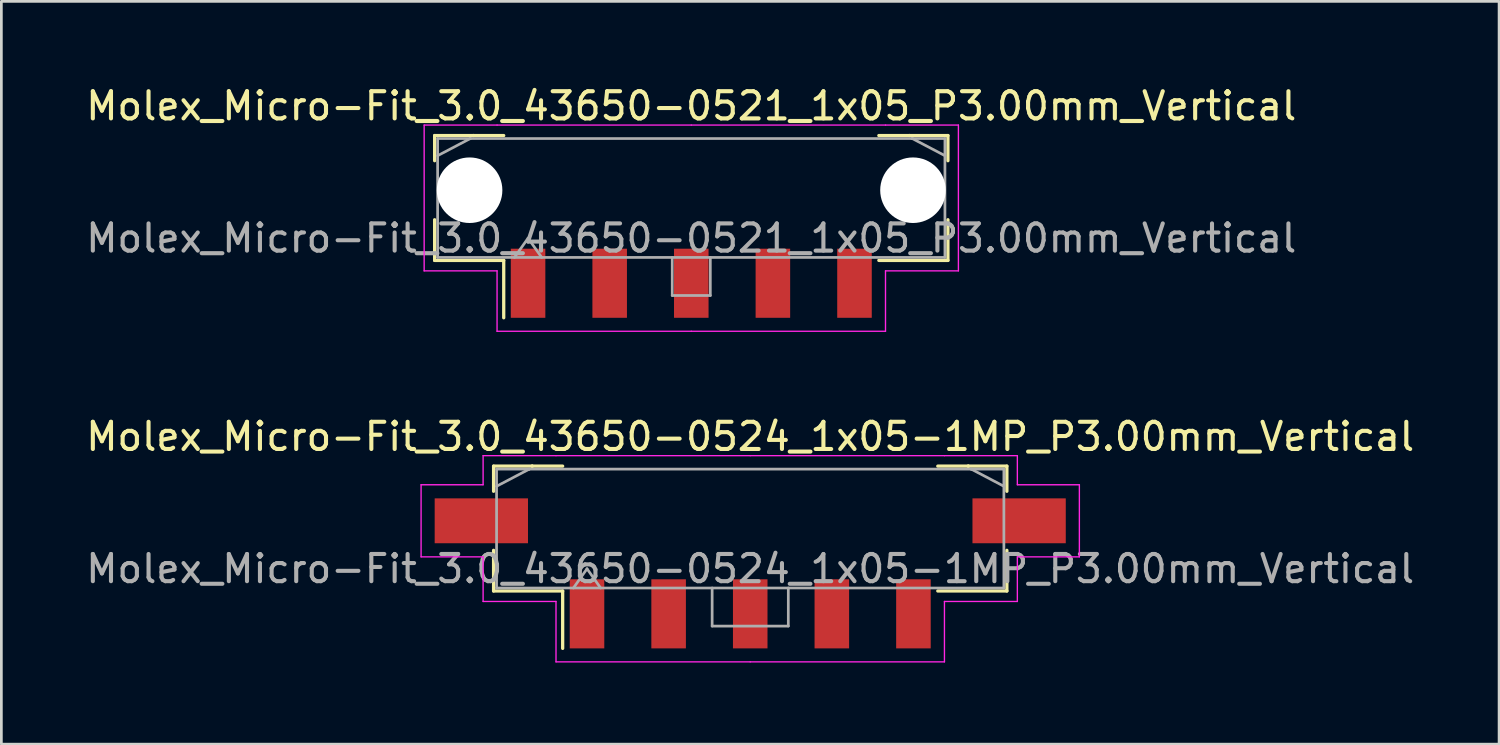
<source format=kicad_pcb>
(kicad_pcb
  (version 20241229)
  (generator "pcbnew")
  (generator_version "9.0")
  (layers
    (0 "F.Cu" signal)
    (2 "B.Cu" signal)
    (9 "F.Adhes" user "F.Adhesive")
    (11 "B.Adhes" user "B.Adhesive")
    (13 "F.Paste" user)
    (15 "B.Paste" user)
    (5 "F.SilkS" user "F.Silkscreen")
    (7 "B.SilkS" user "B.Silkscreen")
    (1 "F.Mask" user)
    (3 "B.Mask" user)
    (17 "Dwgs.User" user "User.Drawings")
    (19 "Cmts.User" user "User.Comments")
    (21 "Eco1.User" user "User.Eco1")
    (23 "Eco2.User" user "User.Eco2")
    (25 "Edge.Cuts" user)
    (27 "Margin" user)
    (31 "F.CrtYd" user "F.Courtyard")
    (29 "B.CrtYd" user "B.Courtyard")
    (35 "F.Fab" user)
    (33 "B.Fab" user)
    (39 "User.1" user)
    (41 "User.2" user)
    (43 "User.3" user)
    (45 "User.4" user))
  (footprint "Molex_Micro-Fit_3.0_43650-0524_1x05-1MP_P3.00mm_Vertical"
    (layer "F.Cu")
    (at 24.53 16.381)
    (property "Reference" "Molex_Micro-Fit_3.0_43650-0524_1x05-1MP_P3.00mm_Vertical" (at 0 -3.38 0) (layer "F.SilkS") (effects (font (size 1 1) (thickness 0.15))))
    (attr smd)
    (fp_line (start -9.435 -2.295) (end -8.015 -2.295) (stroke (width 0.12) (type solid)) (layer "F.SilkS"))
    (fp_line (start -9.435 -1.37) (end -9.435 -2.295) (stroke (width 0.12) (type solid)) (layer "F.SilkS"))
    (fp_line (start -9.435 0.8) (end -9.435 2.295) (stroke (width 0.12) (type solid)) (layer "F.SilkS"))
    (fp_line (start -9.435 2.295) (end -6.895 2.295) (stroke (width 0.12) (type solid)) (layer "F.SilkS"))
    (fp_line (start -8.015 -2.295) (end -8.015 -2.295) (stroke (width 0.12) (type solid)) (layer "F.SilkS"))
    (fp_line (start -8.015 -2.295) (end -6.895 -2.295) (stroke (width 0.12) (type solid)) (layer "F.SilkS"))
    (fp_line (start -6.895 2.295) (end -6.895 4.405) (stroke (width 0.12) (type solid)) (layer "F.SilkS"))
    (fp_line (start 8.015 -2.295) (end 6.895 -2.295) (stroke (width 0.12) (type solid)) (layer "F.SilkS"))
    (fp_line (start 8.015 -2.295) (end 8.015 -2.295) (stroke (width 0.12) (type solid)) (layer "F.SilkS"))
    (fp_line (start 9.435 -2.295) (end 8.015 -2.295) (stroke (width 0.12) (type solid)) (layer "F.SilkS"))
    (fp_line (start 9.435 -1.37) (end 9.435 -2.295) (stroke (width 0.12) (type solid)) (layer "F.SilkS"))
    (fp_line (start 9.435 0.8) (end 9.435 2.295) (stroke (width 0.12) (type solid)) (layer "F.SilkS"))
    (fp_line (start 9.435 2.295) (end 6.895 2.295) (stroke (width 0.12) (type solid)) (layer "F.SilkS"))
    (fp_line (start -12.1 -1.61) (end -12.1 1.04) (stroke (width 0.05) (type solid)) (layer "F.CrtYd"))
    (fp_line (start -12.1 1.04) (end -9.82 1.04) (stroke (width 0.05) (type solid)) (layer "F.CrtYd"))
    (fp_line (start -9.82 -2.68) (end -9.82 -1.61) (stroke (width 0.05) (type solid)) (layer "F.CrtYd"))
    (fp_line (start -9.82 -1.61) (end -12.1 -1.61) (stroke (width 0.05) (type solid)) (layer "F.CrtYd"))
    (fp_line (start -9.82 1.04) (end -9.82 2.68) (stroke (width 0.05) (type solid)) (layer "F.CrtYd"))
    (fp_line (start -9.82 2.68) (end -7.14 2.68) (stroke (width 0.05) (type solid)) (layer "F.CrtYd"))
    (fp_line (start -7.14 -2.68) (end -9.82 -2.68) (stroke (width 0.05) (type solid)) (layer "F.CrtYd"))
    (fp_line (start -7.14 2.68) (end -7.14 4.9) (stroke (width 0.05) (type solid)) (layer "F.CrtYd"))
    (fp_line (start -7.14 4.9) (end 0 4.9) (stroke (width 0.05) (type solid)) (layer "F.CrtYd"))
    (fp_line (start 0 -2.68) (end -7.14 -2.68) (stroke (width 0.05) (type solid)) (layer "F.CrtYd"))
    (fp_line (start 0 -2.68) (end 7.14 -2.68) (stroke (width 0.05) (type solid)) (layer "F.CrtYd"))
    (fp_line (start 7.14 -2.68) (end 9.82 -2.68) (stroke (width 0.05) (type solid)) (layer "F.CrtYd"))
    (fp_line (start 7.14 2.68) (end 7.14 4.9) (stroke (width 0.05) (type solid)) (layer "F.CrtYd"))
    (fp_line (start 7.14 4.9) (end 0 4.9) (stroke (width 0.05) (type solid)) (layer "F.CrtYd"))
    (fp_line (start 9.82 -2.68) (end 9.82 -1.61) (stroke (width 0.05) (type solid)) (layer "F.CrtYd"))
    (fp_line (start 9.82 -1.61) (end 12.1 -1.61) (stroke (width 0.05) (type solid)) (layer "F.CrtYd"))
    (fp_line (start 9.82 1.04) (end 9.82 2.68) (stroke (width 0.05) (type solid)) (layer "F.CrtYd"))
    (fp_line (start 9.82 2.68) (end 7.14 2.68) (stroke (width 0.05) (type solid)) (layer "F.CrtYd"))
    (fp_line (start 12.1 -1.61) (end 12.1 1.04) (stroke (width 0.05) (type solid)) (layer "F.CrtYd"))
    (fp_line (start 12.1 1.04) (end 9.82 1.04) (stroke (width 0.05) (type solid)) (layer "F.CrtYd"))
    (fp_line (start -9.325 -2.185) (end -9.325 2.185) (stroke (width 0.1) (type solid)) (layer "F.Fab"))
    (fp_line (start -9.325 -1.555) (end -8.125 -2.185) (stroke (width 0.1) (type solid)) (layer "F.Fab"))
    (fp_line (start -9.325 2.185) (end 9.325 2.185) (stroke (width 0.1) (type solid)) (layer "F.Fab"))
    (fp_line (start -8.125 -2.185) (end -9.325 -2.185) (stroke (width 0.1) (type solid)) (layer "F.Fab"))
    (fp_line (start -8.125 -2.185) (end -8.125 -2.185) (stroke (width 0.1) (type solid)) (layer "F.Fab"))
    (fp_line (start -6.5 2.185) (end -6 1.478) (stroke (width 0.1) (type solid)) (layer "F.Fab"))
    (fp_line (start -6 1.478) (end -5.5 2.185) (stroke (width 0.1) (type solid)) (layer "F.Fab"))
    (fp_line (start -1.4 2.185) (end -1.4 3.585) (stroke (width 0.1) (type solid)) (layer "F.Fab"))
    (fp_line (start -1.4 3.585) (end 1.4 3.585) (stroke (width 0.1) (type solid)) (layer "F.Fab"))
    (fp_line (start 1.4 3.585) (end 1.4 2.185) (stroke (width 0.1) (type solid)) (layer "F.Fab"))
    (fp_line (start 8.125 -2.185) (end -8.125 -2.185) (stroke (width 0.1) (type solid)) (layer "F.Fab"))
    (fp_line (start 8.125 -2.185) (end 8.125 -2.185) (stroke (width 0.1) (type solid)) (layer "F.Fab"))
    (fp_line (start 9.325 -2.185) (end 8.125 -2.185) (stroke (width 0.1) (type solid)) (layer "F.Fab"))
    (fp_line (start 9.325 -1.555) (end 8.125 -2.185) (stroke (width 0.1) (type solid)) (layer "F.Fab"))
    (fp_line (start 9.325 2.185) (end 9.325 -2.185) (stroke (width 0.1) (type solid)) (layer "F.Fab"))
    (fp_text user "${REFERENCE}" (at 0 1.48 0) (layer "F.Fab") (effects (font (size 1 1) (thickness 0.15))))
    (pad "1" smd rect (at -6 3.135) (size 1.27 2.54) (layers "F.Cu" "F.Mask" "F.Paste"))
    (pad "2" smd rect (at -3 3.135) (size 1.27 2.54) (layers "F.Cu" "F.Mask" "F.Paste"))
    (pad "3" smd rect (at 0 3.135) (size 1.27 2.54) (layers "F.Cu" "F.Mask" "F.Paste"))
    (pad "4" smd rect (at 3 3.135) (size 1.27 2.54) (layers "F.Cu" "F.Mask" "F.Paste"))
    (pad "5" smd rect (at 6 3.135) (size 1.27 2.54) (layers "F.Cu" "F.Mask" "F.Paste"))
    (pad "MP" smd rect (at -9.885 -0.285) (size 3.43 1.65) (layers "F.Cu" "F.Mask" "F.Paste"))
    (pad "MP" smd rect (at 9.885 -0.285) (size 3.43 1.65) (layers "F.Cu" "F.Mask" "F.Paste")))
  (footprint "Molex_Micro-Fit_3.0_43650-0521_1x05_P3.00mm_Vertical"
    (layer "F.Cu")
    (at 22.363 4.228)
    (property "Reference" "Molex_Micro-Fit_3.0_43650-0521_1x05_P3.00mm_Vertical" (at 0 -3.38 0) (layer "F.SilkS") (effects (font (size 1 1) (thickness 0.15))))
    (attr smd)
    (fp_line (start -9.435 -2.295) (end -8.015 -2.295) (stroke (width 0.12) (type solid)) (layer "F.SilkS"))
    (fp_line (start -9.435 -1.37) (end -9.435 -2.295) (stroke (width 0.12) (type solid)) (layer "F.SilkS"))
    (fp_line (start -9.435 0.8) (end -9.435 2.295) (stroke (width 0.12) (type solid)) (layer "F.SilkS"))
    (fp_line (start -9.435 2.295) (end -6.895 2.295) (stroke (width 0.12) (type solid)) (layer "F.SilkS"))
    (fp_line (start -8.015 -2.295) (end -8.015 -2.295) (stroke (width 0.12) (type solid)) (layer "F.SilkS"))
    (fp_line (start -8.015 -2.295) (end -6.895 -2.295) (stroke (width 0.12) (type solid)) (layer "F.SilkS"))
    (fp_line (start -6.895 2.295) (end -6.895 4.405) (stroke (width 0.12) (type solid)) (layer "F.SilkS"))
    (fp_line (start 8.015 -2.295) (end 6.895 -2.295) (stroke (width 0.12) (type solid)) (layer "F.SilkS"))
    (fp_line (start 8.015 -2.295) (end 8.015 -2.295) (stroke (width 0.12) (type solid)) (layer "F.SilkS"))
    (fp_line (start 9.435 -2.295) (end 8.015 -2.295) (stroke (width 0.12) (type solid)) (layer "F.SilkS"))
    (fp_line (start 9.435 -1.37) (end 9.435 -2.295) (stroke (width 0.12) (type solid)) (layer "F.SilkS"))
    (fp_line (start 9.435 0.8) (end 9.435 2.295) (stroke (width 0.12) (type solid)) (layer "F.SilkS"))
    (fp_line (start 9.435 2.295) (end 6.895 2.295) (stroke (width 0.12) (type solid)) (layer "F.SilkS"))
    (fp_line (start -9.82 -2.68) (end -9.82 2.68) (stroke (width 0.05) (type solid)) (layer "F.CrtYd"))
    (fp_line (start -9.82 2.68) (end -7.14 2.68) (stroke (width 0.05) (type solid)) (layer "F.CrtYd"))
    (fp_line (start -7.14 -2.68) (end -9.82 -2.68) (stroke (width 0.05) (type solid)) (layer "F.CrtYd"))
    (fp_line (start -7.14 2.68) (end -7.14 4.9) (stroke (width 0.05) (type solid)) (layer "F.CrtYd"))
    (fp_line (start -7.14 4.9) (end 0 4.9) (stroke (width 0.05) (type solid)) (layer "F.CrtYd"))
    (fp_line (start 0 -2.68) (end -7.14 -2.68) (stroke (width 0.05) (type solid)) (layer "F.CrtYd"))
    (fp_line (start 0 -2.68) (end 7.14 -2.68) (stroke (width 0.05) (type solid)) (layer "F.CrtYd"))
    (fp_line (start 7.14 -2.68) (end 9.82 -2.68) (stroke (width 0.05) (type solid)) (layer "F.CrtYd"))
    (fp_line (start 7.14 2.68) (end 7.14 4.9) (stroke (width 0.05) (type solid)) (layer "F.CrtYd"))
    (fp_line (start 7.14 4.9) (end 0 4.9) (stroke (width 0.05) (type solid)) (layer "F.CrtYd"))
    (fp_line (start 9.82 -2.68) (end 9.82 2.68) (stroke (width 0.05) (type solid)) (layer "F.CrtYd"))
    (fp_line (start 9.82 2.68) (end 7.14 2.68) (stroke (width 0.05) (type solid)) (layer "F.CrtYd"))
    (fp_line (start -9.325 -2.185) (end -9.325 2.185) (stroke (width 0.1) (type solid)) (layer "F.Fab"))
    (fp_line (start -9.325 -1.555) (end -8.125 -2.185) (stroke (width 0.1) (type solid)) (layer "F.Fab"))
    (fp_line (start -9.325 2.185) (end 9.325 2.185) (stroke (width 0.1) (type solid)) (layer "F.Fab"))
    (fp_line (start -8.125 -2.185) (end -9.325 -2.185) (stroke (width 0.1) (type solid)) (layer "F.Fab"))
    (fp_line (start -8.125 -2.185) (end -8.125 -2.185) (stroke (width 0.1) (type solid)) (layer "F.Fab"))
    (fp_line (start -6.5 2.185) (end -6 1.478) (stroke (width 0.1) (type solid)) (layer "F.Fab"))
    (fp_line (start -6 1.478) (end -5.5 2.185) (stroke (width 0.1) (type solid)) (layer "F.Fab"))
    (fp_line (start -0.7 2.185) (end -0.7 3.585) (stroke (width 0.1) (type solid)) (layer "F.Fab"))
    (fp_line (start -0.7 3.585) (end 0.7 3.585) (stroke (width 0.1) (type solid)) (layer "F.Fab"))
    (fp_line (start 0.7 3.585) (end 0.7 2.185) (stroke (width 0.1) (type solid)) (layer "F.Fab"))
    (fp_line (start 8.125 -2.185) (end -8.125 -2.185) (stroke (width 0.1) (type solid)) (layer "F.Fab"))
    (fp_line (start 8.125 -2.185) (end 8.125 -2.185) (stroke (width 0.1) (type solid)) (layer "F.Fab"))
    (fp_line (start 9.325 -2.185) (end 8.125 -2.185) (stroke (width 0.1) (type solid)) (layer "F.Fab"))
    (fp_line (start 9.325 -1.555) (end 8.125 -2.185) (stroke (width 0.1) (type solid)) (layer "F.Fab"))
    (fp_line (start 9.325 2.185) (end 9.325 -2.185) (stroke (width 0.1) (type solid)) (layer "F.Fab"))
    (fp_text user "${REFERENCE}" (at 0 1.48 0) (layer "F.Fab") (effects (font (size 1 1) (thickness 0.15))))
    (pad "" np_thru_hole circle (at -8.15 -0.285) (size 2.41 2.41) (drill 2.41) (layers "*.Cu" "*.Mask"))
    (pad "" np_thru_hole circle (at 8.15 -0.285) (size 2.41 2.41) (drill 2.41) (layers "*.Cu" "*.Mask"))
    (pad "1" smd rect (at -6 3.135) (size 1.27 2.54) (layers "F.Cu" "F.Mask" "F.Paste"))
    (pad "2" smd rect (at -3 3.135) (size 1.27 2.54) (layers "F.Cu" "F.Mask" "F.Paste"))
    (pad "3" smd rect (at 0 3.135) (size 1.27 2.54) (layers "F.Cu" "F.Mask" "F.Paste"))
    (pad "4" smd rect (at 3 3.135) (size 1.27 2.54) (layers "F.Cu" "F.Mask" "F.Paste"))
    (pad "5" smd rect (at 6 3.135) (size 1.27 2.54) (layers "F.Cu" "F.Mask" "F.Paste")))
  (gr_rect
    (start -3 -3)
    (end 52.06 24.306)
    (stroke (width 0.1) (type default))
    (fill no)
    (layer "Edge.Cuts")))
</source>
